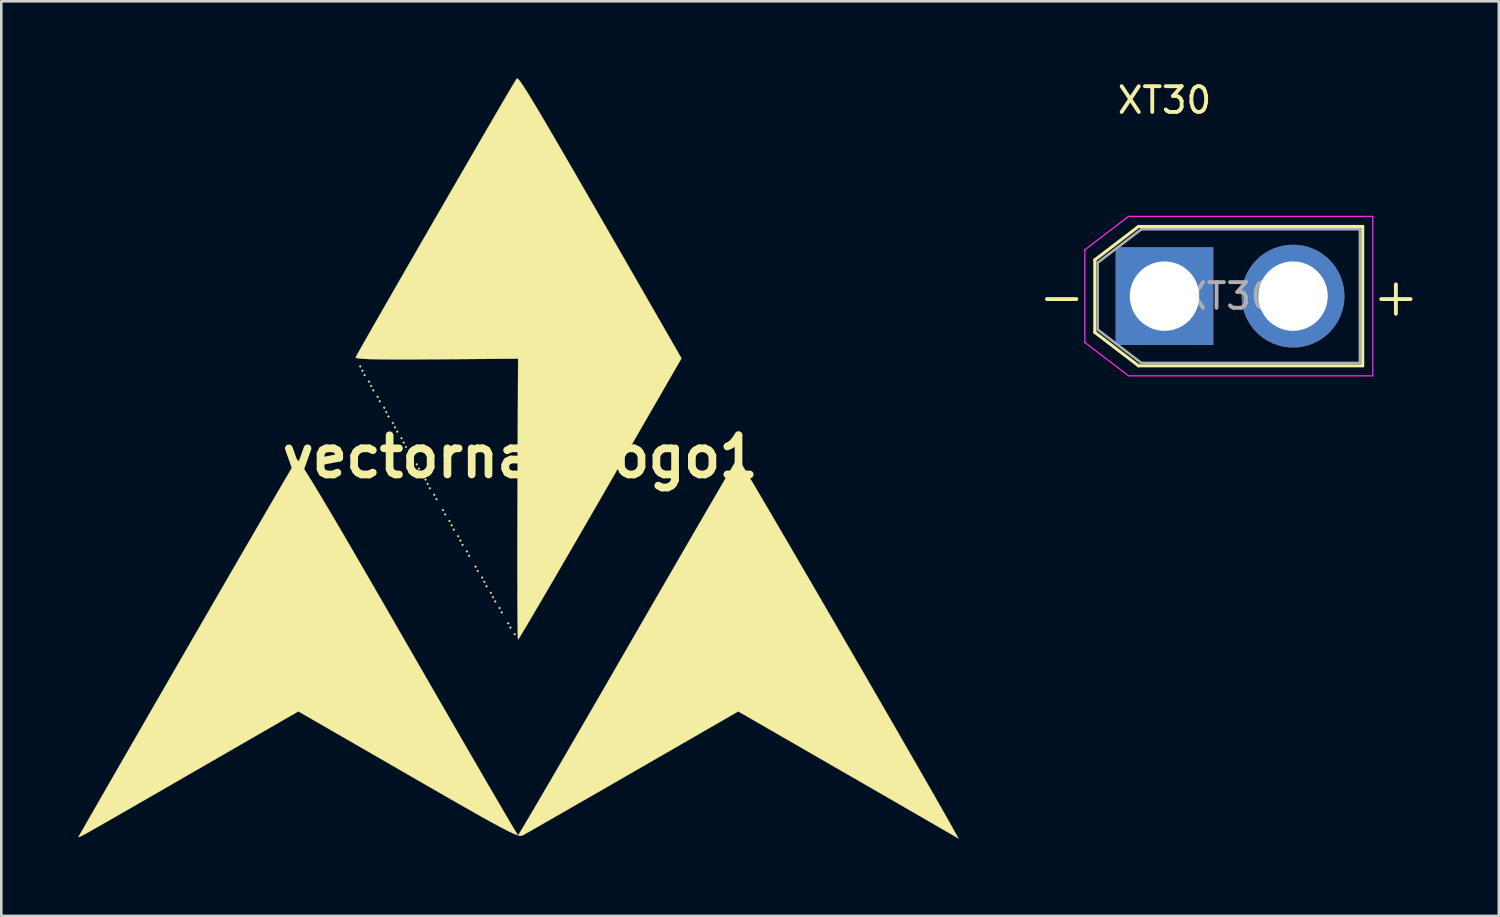
<source format=kicad_pcb>
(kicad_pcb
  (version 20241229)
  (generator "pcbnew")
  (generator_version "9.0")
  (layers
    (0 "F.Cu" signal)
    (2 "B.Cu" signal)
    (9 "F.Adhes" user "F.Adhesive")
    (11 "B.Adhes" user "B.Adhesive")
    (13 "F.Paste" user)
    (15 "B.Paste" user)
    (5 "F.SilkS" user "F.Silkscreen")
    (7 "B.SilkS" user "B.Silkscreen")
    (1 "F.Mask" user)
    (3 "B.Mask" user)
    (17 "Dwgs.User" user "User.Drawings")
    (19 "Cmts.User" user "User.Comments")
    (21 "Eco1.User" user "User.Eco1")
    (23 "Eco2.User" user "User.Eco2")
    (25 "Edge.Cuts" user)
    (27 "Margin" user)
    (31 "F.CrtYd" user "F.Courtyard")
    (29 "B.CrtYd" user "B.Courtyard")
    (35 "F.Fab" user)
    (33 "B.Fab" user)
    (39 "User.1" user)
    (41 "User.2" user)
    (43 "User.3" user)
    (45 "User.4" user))
  (footprint "vectornav_logo1"
    (layer "F.Cu")
    (at 17.184 14.715)
    (property "Reference" "vectornav_logo1" (at 0 0 0) (layer "F.SilkS") (effects (font (size 1.524 1.524) (thickness 0.3))))
    (attr through_hole)
    (fp_poly (pts (xy -0.081 14.723) (xy -0.085 14.729) (xy -0.091 14.72) (xy -0.081 14.723)) (stroke (width 0.01) (type solid)) (fill yes) (layer "F.SilkS"))
    (fp_poly (pts (xy -6.181 -3.514) (xy -6.223 -3.471) (xy -6.265 -3.514) (xy -6.223 -3.556) (xy -6.181 -3.514)) (stroke (width 0.01) (type solid)) (fill yes) (layer "F.SilkS"))
    (fp_poly (pts (xy -6.096 -3.344) (xy -6.138 -3.302) (xy -6.181 -3.344) (xy -6.138 -3.387) (xy -6.096 -3.344)) (stroke (width 0.01) (type solid)) (fill yes) (layer "F.SilkS"))
    (fp_poly (pts (xy -6.011 -3.175) (xy -6.054 -3.133) (xy -6.096 -3.175) (xy -6.054 -3.217) (xy -6.011 -3.175)) (stroke (width 0.01) (type solid)) (fill yes) (layer "F.SilkS"))
    (fp_poly (pts (xy -5.842 -2.921) (xy -5.884 -2.879) (xy -5.927 -2.921) (xy -5.884 -2.963) (xy -5.842 -2.921)) (stroke (width 0.01) (type solid)) (fill yes) (layer "F.SilkS"))
    (fp_poly (pts (xy -5.757 -2.752) (xy -5.8 -2.709) (xy -5.842 -2.752) (xy -5.8 -2.794) (xy -5.757 -2.752)) (stroke (width 0.01) (type solid)) (fill yes) (layer "F.SilkS"))
    (fp_poly (pts (xy -5.673 -2.582) (xy -5.715 -2.54) (xy -5.757 -2.582) (xy -5.715 -2.625) (xy -5.673 -2.582)) (stroke (width 0.01) (type solid)) (fill yes) (layer "F.SilkS"))
    (fp_poly (pts (xy -5.503 -2.328) (xy -5.546 -2.286) (xy -5.588 -2.328) (xy -5.546 -2.371) (xy -5.503 -2.328)) (stroke (width 0.01) (type solid)) (fill yes) (layer "F.SilkS"))
    (fp_poly (pts (xy -5.419 -2.159) (xy -5.461 -2.117) (xy -5.503 -2.159) (xy -5.461 -2.201) (xy -5.419 -2.159)) (stroke (width 0.01) (type solid)) (fill yes) (layer "F.SilkS"))
    (fp_poly (pts (xy -5.249 -1.905) (xy -5.292 -1.863) (xy -5.334 -1.905) (xy -5.292 -1.947) (xy -5.249 -1.905)) (stroke (width 0.01) (type solid)) (fill yes) (layer "F.SilkS"))
    (fp_poly (pts (xy -5.165 -1.736) (xy -5.207 -1.693) (xy -5.249 -1.736) (xy -5.207 -1.778) (xy -5.165 -1.736)) (stroke (width 0.01) (type solid)) (fill yes) (layer "F.SilkS"))
    (fp_poly (pts (xy -5.08 -1.566) (xy -5.122 -1.524) (xy -5.165 -1.566) (xy -5.122 -1.609) (xy -5.08 -1.566)) (stroke (width 0.01) (type solid)) (fill yes) (layer "F.SilkS"))
    (fp_poly (pts (xy -4.911 -1.312) (xy -4.953 -1.27) (xy -4.995 -1.312) (xy -4.953 -1.355) (xy -4.911 -1.312)) (stroke (width 0.01) (type solid)) (fill yes) (layer "F.SilkS"))
    (fp_poly (pts (xy -4.826 -1.143) (xy -4.868 -1.101) (xy -4.911 -1.143) (xy -4.868 -1.185) (xy -4.826 -1.143)) (stroke (width 0.01) (type solid)) (fill yes) (layer "F.SilkS"))
    (fp_poly (pts (xy -4.741 -0.974) (xy -4.784 -0.931) (xy -4.826 -0.974) (xy -4.784 -1.016) (xy -4.741 -0.974)) (stroke (width 0.01) (type solid)) (fill yes) (layer "F.SilkS"))
    (fp_poly (pts (xy -4.572 -0.72) (xy -4.614 -0.677) (xy -4.657 -0.72) (xy -4.614 -0.762) (xy -4.572 -0.72)) (stroke (width 0.01) (type solid)) (fill yes) (layer "F.SilkS"))
    (fp_poly (pts (xy -4.487 -0.55) (xy -4.53 -0.508) (xy -4.572 -0.55) (xy -4.53 -0.593) (xy -4.487 -0.55)) (stroke (width 0.01) (type solid)) (fill yes) (layer "F.SilkS"))
    (fp_poly (pts (xy -4.403 -0.381) (xy -4.445 -0.339) (xy -4.487 -0.381) (xy -4.445 -0.423) (xy -4.403 -0.381)) (stroke (width 0.01) (type solid)) (fill yes) (layer "F.SilkS"))
    (fp_poly (pts (xy -4.233 -0.127) (xy -4.276 -0.085) (xy -4.318 -0.127) (xy -4.276 -0.169) (xy -4.233 -0.127)) (stroke (width 0.01) (type solid)) (fill yes) (layer "F.SilkS"))
    (fp_poly (pts (xy -4.149 0.042) (xy -4.191 0.085) (xy -4.233 0.042) (xy -4.191 0) (xy -4.149 0.042)) (stroke (width 0.01) (type solid)) (fill yes) (layer "F.SilkS"))
    (fp_poly (pts (xy -3.979 0.296) (xy -4.022 0.339) (xy -4.064 0.296) (xy -4.022 0.254) (xy -3.979 0.296)) (stroke (width 0.01) (type solid)) (fill yes) (layer "F.SilkS"))
    (fp_poly (pts (xy -3.895 0.466) (xy -3.937 0.508) (xy -3.979 0.466) (xy -3.937 0.423) (xy -3.895 0.466)) (stroke (width 0.01) (type solid)) (fill yes) (layer "F.SilkS"))
    (fp_poly (pts (xy -3.81 0.635) (xy -3.852 0.677) (xy -3.895 0.635) (xy -3.852 0.593) (xy -3.81 0.635)) (stroke (width 0.01) (type solid)) (fill yes) (layer "F.SilkS"))
    (fp_poly (pts (xy -3.641 0.889) (xy -3.683 0.931) (xy -3.725 0.889) (xy -3.683 0.847) (xy -3.641 0.889)) (stroke (width 0.01) (type solid)) (fill yes) (layer "F.SilkS"))
    (fp_poly (pts (xy -3.556 1.058) (xy -3.598 1.101) (xy -3.641 1.058) (xy -3.598 1.016) (xy -3.556 1.058)) (stroke (width 0.01) (type solid)) (fill yes) (layer "F.SilkS"))
    (fp_poly (pts (xy -3.471 1.228) (xy -3.514 1.27) (xy -3.556 1.228) (xy -3.514 1.185) (xy -3.471 1.228)) (stroke (width 0.01) (type solid)) (fill yes) (layer "F.SilkS"))
    (fp_poly (pts (xy -3.302 1.482) (xy -3.344 1.524) (xy -3.387 1.482) (xy -3.344 1.439) (xy -3.302 1.482)) (stroke (width 0.01) (type solid)) (fill yes) (layer "F.SilkS"))
    (fp_poly (pts (xy -3.217 1.651) (xy -3.26 1.693) (xy -3.302 1.651) (xy -3.26 1.609) (xy -3.217 1.651)) (stroke (width 0.01) (type solid)) (fill yes) (layer "F.SilkS"))
    (fp_poly (pts (xy -2.963 2.074) (xy -3.006 2.117) (xy -3.048 2.074) (xy -3.006 2.032) (xy -2.963 2.074)) (stroke (width 0.01) (type solid)) (fill yes) (layer "F.SilkS"))
    (fp_poly (pts (xy -2.879 2.244) (xy -2.921 2.286) (xy -2.963 2.244) (xy -2.921 2.201) (xy -2.879 2.244)) (stroke (width 0.01) (type solid)) (fill yes) (layer "F.SilkS"))
    (fp_poly (pts (xy -2.709 2.498) (xy -2.752 2.54) (xy -2.794 2.498) (xy -2.752 2.455) (xy -2.709 2.498)) (stroke (width 0.01) (type solid)) (fill yes) (layer "F.SilkS"))
    (fp_poly (pts (xy -2.625 2.667) (xy -2.667 2.709) (xy -2.709 2.667) (xy -2.667 2.625) (xy -2.625 2.667)) (stroke (width 0.01) (type solid)) (fill yes) (layer "F.SilkS"))
    (fp_poly (pts (xy -2.54 2.836) (xy -2.582 2.879) (xy -2.625 2.836) (xy -2.582 2.794) (xy -2.54 2.836)) (stroke (width 0.01) (type solid)) (fill yes) (layer "F.SilkS"))
    (fp_poly (pts (xy -2.371 3.09) (xy -2.413 3.133) (xy -2.455 3.09) (xy -2.413 3.048) (xy -2.371 3.09)) (stroke (width 0.01) (type solid)) (fill yes) (layer "F.SilkS"))
    (fp_poly (pts (xy -2.286 3.26) (xy -2.328 3.302) (xy -2.371 3.26) (xy -2.328 3.217) (xy -2.286 3.26)) (stroke (width 0.01) (type solid)) (fill yes) (layer "F.SilkS"))
    (fp_poly (pts (xy -2.201 3.429) (xy -2.244 3.471) (xy -2.286 3.429) (xy -2.244 3.387) (xy -2.201 3.429)) (stroke (width 0.01) (type solid)) (fill yes) (layer "F.SilkS"))
    (fp_poly (pts (xy -2.032 3.683) (xy -2.074 3.725) (xy -2.117 3.683) (xy -2.074 3.641) (xy -2.032 3.683)) (stroke (width 0.01) (type solid)) (fill yes) (layer "F.SilkS"))
    (fp_poly (pts (xy -1.947 3.852) (xy -1.99 3.895) (xy -2.032 3.852) (xy -1.99 3.81) (xy -1.947 3.852)) (stroke (width 0.01) (type solid)) (fill yes) (layer "F.SilkS"))
    (fp_poly (pts (xy -1.693 4.276) (xy -1.736 4.318) (xy -1.778 4.276) (xy -1.736 4.233) (xy -1.693 4.276)) (stroke (width 0.01) (type solid)) (fill yes) (layer "F.SilkS"))
    (fp_poly (pts (xy -1.609 4.445) (xy -1.651 4.487) (xy -1.693 4.445) (xy -1.651 4.403) (xy -1.609 4.445)) (stroke (width 0.01) (type solid)) (fill yes) (layer "F.SilkS"))
    (fp_poly (pts (xy -1.439 4.699) (xy -1.482 4.741) (xy -1.524 4.699) (xy -1.482 4.657) (xy -1.439 4.699)) (stroke (width 0.01) (type solid)) (fill yes) (layer "F.SilkS"))
    (fp_poly (pts (xy -1.355 4.868) (xy -1.397 4.911) (xy -1.439 4.868) (xy -1.397 4.826) (xy -1.355 4.868)) (stroke (width 0.01) (type solid)) (fill yes) (layer "F.SilkS"))
    (fp_poly (pts (xy -1.27 5.038) (xy -1.312 5.08) (xy -1.355 5.038) (xy -1.312 4.995) (xy -1.27 5.038)) (stroke (width 0.01) (type solid)) (fill yes) (layer "F.SilkS"))
    (fp_poly (pts (xy -1.101 5.292) (xy -1.143 5.334) (xy -1.185 5.292) (xy -1.143 5.249) (xy -1.101 5.292)) (stroke (width 0.01) (type solid)) (fill yes) (layer "F.SilkS"))
    (fp_poly (pts (xy -1.016 5.461) (xy -1.058 5.503) (xy -1.101 5.461) (xy -1.058 5.419) (xy -1.016 5.461)) (stroke (width 0.01) (type solid)) (fill yes) (layer "F.SilkS"))
    (fp_poly (pts (xy -0.931 5.63) (xy -0.974 5.673) (xy -1.016 5.63) (xy -0.974 5.588) (xy -0.931 5.63)) (stroke (width 0.01) (type solid)) (fill yes) (layer "F.SilkS"))
    (fp_poly (pts (xy -0.762 5.884) (xy -0.804 5.927) (xy -0.847 5.884) (xy -0.804 5.842) (xy -0.762 5.884)) (stroke (width 0.01) (type solid)) (fill yes) (layer "F.SilkS"))
    (fp_poly (pts (xy -0.677 6.054) (xy -0.72 6.096) (xy -0.762 6.054) (xy -0.72 6.011) (xy -0.677 6.054)) (stroke (width 0.01) (type solid)) (fill yes) (layer "F.SilkS"))
    (fp_poly (pts (xy -0.423 6.477) (xy -0.466 6.519) (xy -0.508 6.477) (xy -0.466 6.435) (xy -0.423 6.477)) (stroke (width 0.01) (type solid)) (fill yes) (layer "F.SilkS"))
    (fp_poly (pts (xy -0.339 6.646) (xy -0.381 6.689) (xy -0.423 6.646) (xy -0.381 6.604) (xy -0.339 6.646)) (stroke (width 0.01) (type solid)) (fill yes) (layer "F.SilkS"))
    (fp_poly (pts (xy -0.169 6.9) (xy -0.212 6.943) (xy -0.254 6.9) (xy -0.212 6.858) (xy -0.169 6.9)) (stroke (width 0.01) (type solid)) (fill yes) (layer "F.SilkS"))
    (fp_poly (pts (xy 8.507 0.116) (xy 8.631 0.319) (xy 8.826 0.645) (xy 9.084 1.081) (xy 9.4 1.617) (xy 9.765 2.239) (xy 10.173 2.937) (xy 10.617 3.697) (xy 11.09 4.509) (xy 11.585 5.359) (xy 12.096 6.237) (xy 12.614 7.13) (xy 13.134 8.026) (xy 13.648 8.914) (xy 14.15 9.781) (xy 14.632 10.616) (xy 15.087 11.406) (xy 15.509 12.139) (xy 15.891 12.804) (xy 16.225 13.389) (xy 16.505 13.881) (xy 16.717 14.257) (xy 17.051 14.853) (xy 16.759 14.681) (xy 16.632 14.607) (xy 16.372 14.457) (xy 15.995 14.239) (xy 15.515 13.961) (xy 14.947 13.634) (xy 14.306 13.263) (xy 13.605 12.859) (xy 12.861 12.43) (xy 12.474 12.207) (xy 8.48 9.905) (xy 4.388 12.263) (xy 3.622 12.705) (xy 2.895 13.123) (xy 2.221 13.51) (xy 1.616 13.858) (xy 1.093 14.158) (xy 0.665 14.403) (xy 0.348 14.585) (xy 0.154 14.695) (xy 0.101 14.724) (xy 0.051 14.741) (xy -0.02 14.739) (xy -0.081 14.723) (xy -0.037 14.658) (xy 0.089 14.449) (xy 0.288 14.114) (xy 0.554 13.661) (xy 0.882 13.1) (xy 1.266 12.443) (xy 1.7 11.697) (xy 2.178 10.873) (xy 2.695 9.982) (xy 3.245 9.031) (xy 3.822 8.033) (xy 4.185 7.403) (xy 4.776 6.379) (xy 5.344 5.397) (xy 5.882 4.467) (xy 6.385 3.599) (xy 6.847 2.802) (xy 7.263 2.086) (xy 7.626 1.462) (xy 7.931 0.939) (xy 8.173 0.527) (xy 8.345 0.237) (xy 8.441 0.077) (xy 8.461 0.047) (xy 8.507 0.116)) (stroke (width 0.01) (type solid)) (fill yes) (layer "F.SilkS"))
    (fp_poly (pts (xy -8.65 0.136) (xy -8.567 0.24) (xy -8.435 0.434) (xy -8.251 0.722) (xy -8.012 1.11) (xy -7.714 1.604) (xy -7.355 2.21) (xy -6.93 2.933) (xy -6.436 3.78) (xy -5.87 4.756) (xy -5.228 5.867) (xy -4.507 7.118) (xy -4.36 7.372) (xy -3.77 8.398) (xy -3.203 9.381) (xy -2.665 10.312) (xy -2.162 11.181) (xy -1.7 11.978) (xy -1.285 12.693) (xy -0.922 13.317) (xy -0.616 13.84) (xy -0.375 14.251) (xy -0.202 14.541) (xy -0.105 14.7) (xy -0.091 14.72) (xy -0.121 14.713) (xy -0.266 14.656) (xy -0.464 14.563) (xy -0.728 14.427) (xy -1.07 14.243) (xy -1.5 14.004) (xy -2.03 13.704) (xy -2.672 13.338) (xy -3.437 12.898) (xy -4.337 12.38) (xy -4.362 12.365) (xy -8.63 9.904) (xy -12.718 12.261) (xy -13.642 12.795) (xy -14.431 13.249) (xy -15.093 13.631) (xy -15.642 13.946) (xy -16.086 14.201) (xy -16.437 14.401) (xy -16.705 14.553) (xy -16.901 14.662) (xy -17.036 14.734) (xy -17.12 14.776) (xy -17.164 14.793) (xy -17.179 14.791) (xy -17.175 14.777) (xy -17.167 14.762) (xy -16.785 14.096) (xy -16.36 13.355) (xy -15.897 12.55) (xy -15.404 11.693) (xy -14.886 10.795) (xy -14.351 9.866) (xy -13.804 8.92) (xy -13.253 7.966) (xy -12.705 7.017) (xy -12.165 6.084) (xy -11.641 5.178) (xy -11.138 4.311) (xy -10.664 3.494) (xy -10.226 2.738) (xy -9.829 2.056) (xy -9.481 1.457) (xy -9.187 0.955) (xy -8.955 0.559) (xy -8.792 0.282) (xy -8.703 0.135) (xy -8.689 0.114) (xy -8.65 0.136)) (stroke (width 0.01) (type solid)) (fill yes) (layer "F.SilkS"))
    (fp_poly (pts (xy -0.088 -14.694) (xy -0.043 -14.648) (xy 0.021 -14.564) (xy 0.109 -14.436) (xy 0.225 -14.256) (xy 0.374 -14.017) (xy 0.558 -13.712) (xy 0.784 -13.334) (xy 1.054 -12.875) (xy 1.374 -12.328) (xy 1.747 -11.685) (xy 2.179 -10.941) (xy 2.672 -10.086) (xy 3.232 -9.115) (xy 3.863 -8.02) (xy 4.568 -6.794) (xy 5.353 -5.429) (xy 5.486 -5.197) (xy 6.273 -3.828) (xy 3.117 1.642) (xy 2.608 2.523) (xy 2.123 3.361) (xy 1.669 4.143) (xy 1.252 4.859) (xy 0.88 5.496) (xy 0.559 6.044) (xy 0.296 6.491) (xy 0.096 6.825) (xy -0.032 7.036) (xy -0.083 7.112) (xy -0.083 7.112) (xy -0.09 7.03) (xy -0.097 6.792) (xy -0.102 6.414) (xy -0.106 5.908) (xy -0.108 5.289) (xy -0.11 4.572) (xy -0.11 3.77) (xy -0.109 2.898) (xy -0.106 1.969) (xy -0.105 1.649) (xy -0.082 -3.814) (xy -3.259 -3.791) (xy -4.137 -3.786) (xy -4.856 -3.785) (xy -5.425 -3.789) (xy -5.854 -3.798) (xy -6.152 -3.812) (xy -6.331 -3.831) (xy -6.399 -3.855) (xy -6.4 -3.863) (xy -6.349 -3.961) (xy -6.221 -4.19) (xy -6.025 -4.536) (xy -5.768 -4.986) (xy -5.46 -5.524) (xy -5.108 -6.137) (xy -4.721 -6.811) (xy -4.306 -7.532) (xy -3.872 -8.285) (xy -3.427 -9.056) (xy -2.979 -9.831) (xy -2.536 -10.597) (xy -2.106 -11.338) (xy -1.699 -12.041) (xy -1.321 -12.691) (xy -0.981 -13.275) (xy -0.687 -13.778) (xy -0.448 -14.186) (xy -0.27 -14.486) (xy -0.164 -14.662) (xy -0.136 -14.704) (xy -0.117 -14.71) (xy -0.088 -14.694)) (stroke (width 0.01) (type solid)) (fill yes) (layer "F.SilkS")))
  (footprint "XT30"
    (layer "F.Cu")
    (at 42.244 8.468)
    (property "Reference" "XT30" (at 0 -7.62 0) (layer "F.SilkS") (effects (font (size 1 1) (thickness 0.15))))
    (attr through_hole)
    (fp_line (start -2.71 -1.41) (end -2.71 1.41) (stroke (width 0.12) (type solid)) (layer "F.SilkS"))
    (fp_line (start -2.71 -1.41) (end -1.01 -2.71) (stroke (width 0.12) (type solid)) (layer "F.SilkS"))
    (fp_line (start -2.71 1.41) (end -1.01 2.71) (stroke (width 0.12) (type solid)) (layer "F.SilkS"))
    (fp_line (start -1.01 -2.71) (end 7.71 -2.71) (stroke (width 0.12) (type solid)) (layer "F.SilkS"))
    (fp_line (start -1.01 2.71) (end 7.71 2.71) (stroke (width 0.12) (type solid)) (layer "F.SilkS"))
    (fp_line (start 7.71 -2.71) (end 7.71 2.71) (stroke (width 0.12) (type solid)) (layer "F.SilkS"))
    (fp_line (start -3.1 -1.8) (end -3.1 1.8) (stroke (width 0.05) (type solid)) (layer "F.CrtYd"))
    (fp_line (start -3.1 -1.8) (end -1.4 -3.1) (stroke (width 0.05) (type solid)) (layer "F.CrtYd"))
    (fp_line (start -3.1 1.8) (end -1.4 3.1) (stroke (width 0.05) (type solid)) (layer "F.CrtYd"))
    (fp_line (start -1.4 -3.1) (end 8.1 -3.1) (stroke (width 0.05) (type solid)) (layer "F.CrtYd"))
    (fp_line (start -1.4 3.1) (end 8.1 3.1) (stroke (width 0.05) (type solid)) (layer "F.CrtYd"))
    (fp_line (start 8.1 -3.1) (end 8.1 3.1) (stroke (width 0.05) (type solid)) (layer "F.CrtYd"))
    (fp_line (start -2.6 -1.3) (end -2.6 1.3) (stroke (width 0.1) (type solid)) (layer "F.Fab"))
    (fp_line (start -2.6 -1.3) (end -0.9 -2.6) (stroke (width 0.1) (type solid)) (layer "F.Fab"))
    (fp_line (start -2.6 1.3) (end -0.9 2.6) (stroke (width 0.1) (type solid)) (layer "F.Fab"))
    (fp_line (start -0.9 -2.6) (end 7.6 -2.6) (stroke (width 0.1) (type solid)) (layer "F.Fab"))
    (fp_line (start -0.9 2.6) (end 7.6 2.6) (stroke (width 0.1) (type solid)) (layer "F.Fab"))
    (fp_line (start 7.6 -2.6) (end 7.6 2.6) (stroke (width 0.1) (type solid)) (layer "F.Fab"))
    (fp_text user "+" (at 9 0 0) (layer "F.SilkS") (effects (font (size 1.5 1.5) (thickness 0.15))))
    (fp_text user "-" (at -4 0 0) (layer "F.SilkS") (effects (font (size 1.5 1.5) (thickness 0.15))))
    (fp_text user "${REFERENCE}" (at 2.5 0 0) (layer "F.Fab") (effects (font (size 1 1) (thickness 0.15))))
    (pad "1" thru_hole circle (at 5 0) (size 4 4) (drill 2.7) (layers "*.Cu" "*.Mask"))
    (pad "2" thru_hole rect (at 0 0) (size 3.8 3.8) (drill 2.7) (layers "*.Cu" "*.Mask")))
  (gr_rect
    (start -3 -3)
    (end 55.247 32.573)
    (stroke (width 0.1) (type default))
    (fill no)
    (layer "Edge.Cuts")))
</source>
